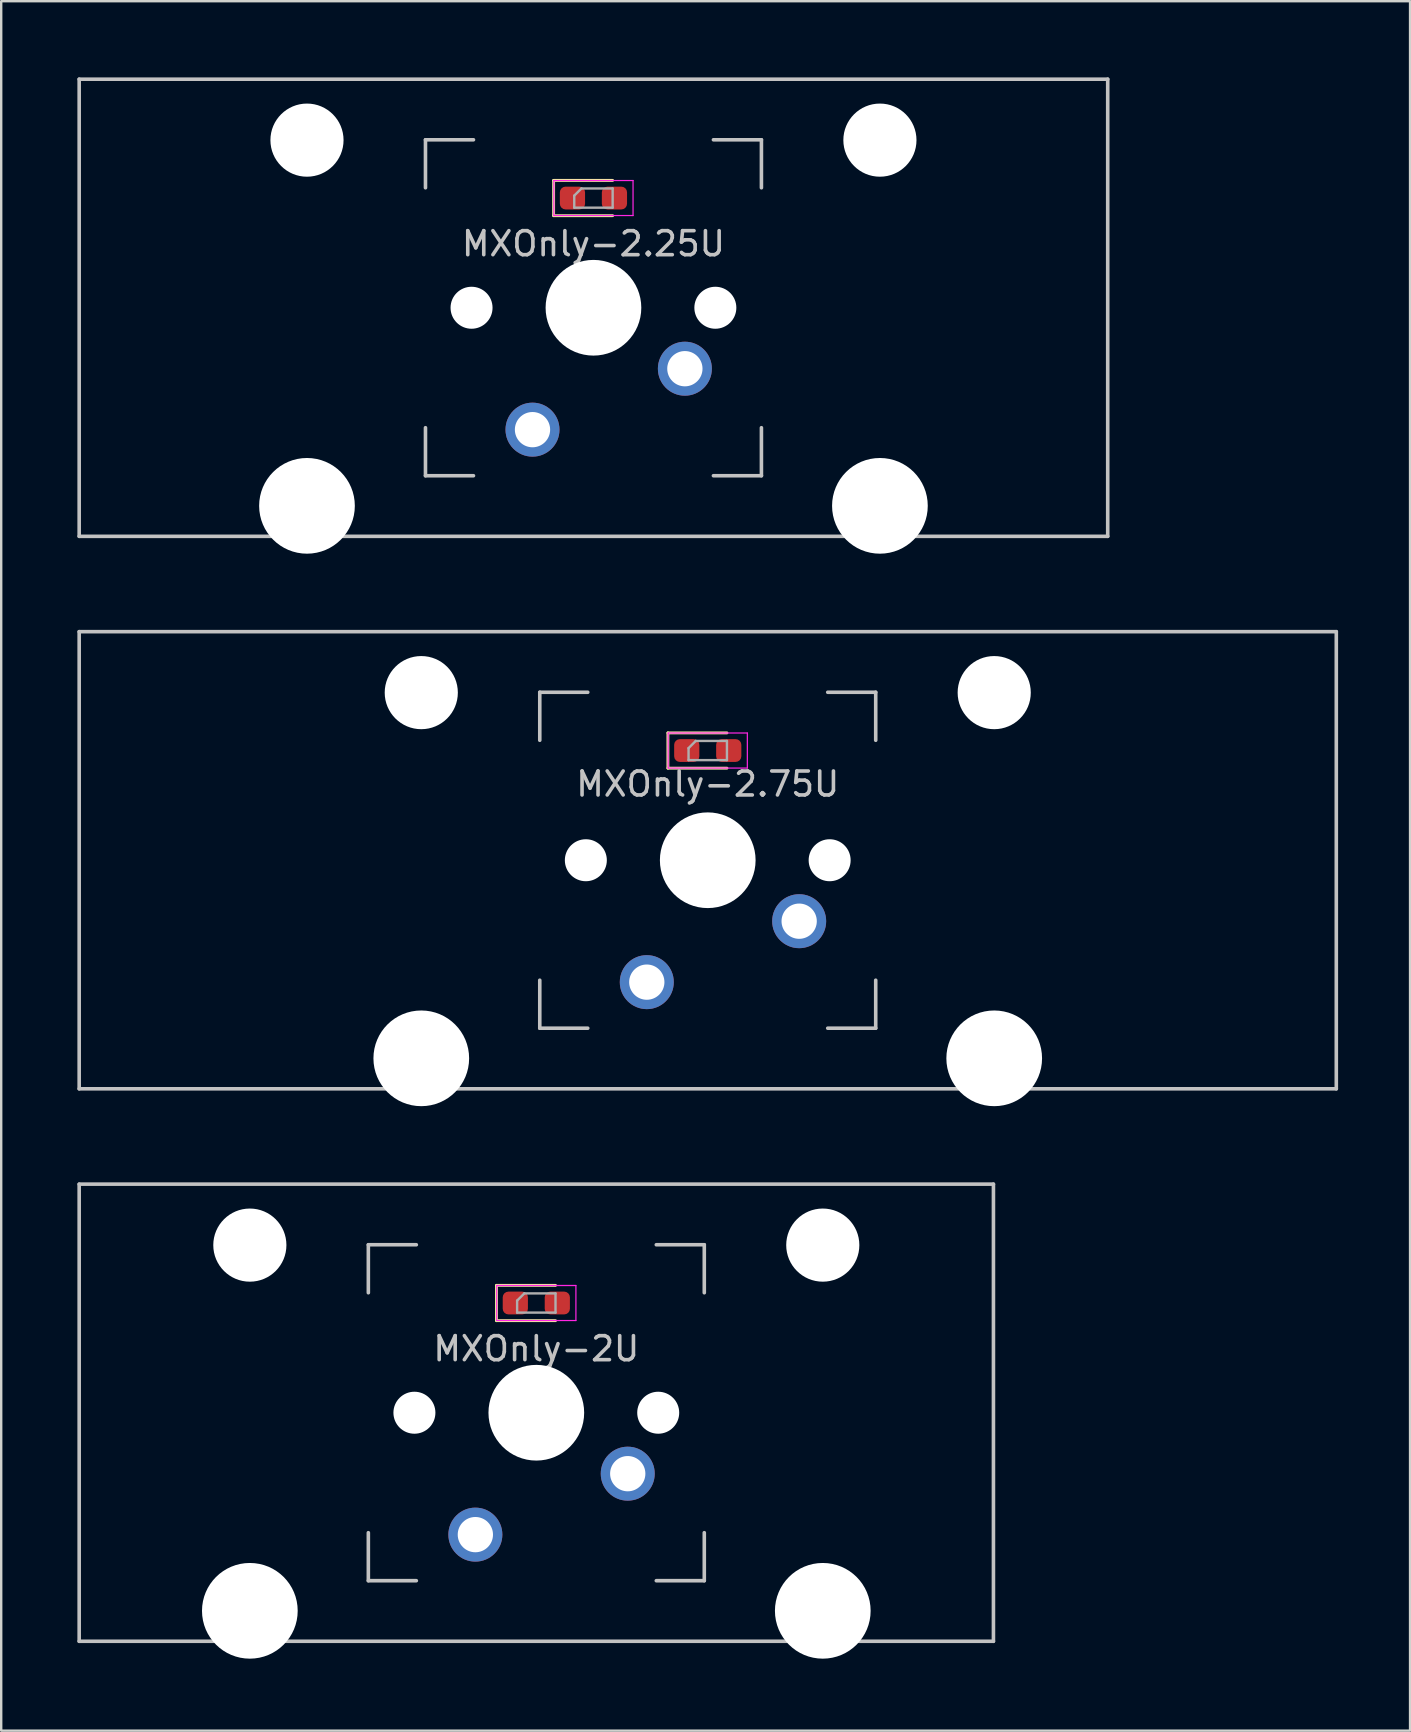
<source format=kicad_pcb>
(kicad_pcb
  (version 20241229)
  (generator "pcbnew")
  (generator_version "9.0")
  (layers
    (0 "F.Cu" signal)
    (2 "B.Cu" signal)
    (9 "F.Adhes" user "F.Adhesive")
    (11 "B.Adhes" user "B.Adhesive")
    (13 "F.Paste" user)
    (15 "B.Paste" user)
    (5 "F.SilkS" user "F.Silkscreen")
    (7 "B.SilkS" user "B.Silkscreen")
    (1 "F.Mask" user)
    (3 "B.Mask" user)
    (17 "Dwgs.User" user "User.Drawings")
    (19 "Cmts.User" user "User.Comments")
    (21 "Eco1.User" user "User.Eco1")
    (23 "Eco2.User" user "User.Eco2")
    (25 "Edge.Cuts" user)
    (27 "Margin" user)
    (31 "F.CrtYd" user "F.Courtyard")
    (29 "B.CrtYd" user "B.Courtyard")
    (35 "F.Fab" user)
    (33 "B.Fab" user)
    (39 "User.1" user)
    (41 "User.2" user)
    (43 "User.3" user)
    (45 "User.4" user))
  (footprint "MXOnly-2.25U"
    (layer "F.Cu")
    (at 0.25 0.25)
    (property "Reference" "MXOnly-2.25U" (at 21.431 6.858 180) (layer "Dwgs.User") (effects (font (size 1 1) (thickness 0.15))))
    (attr through_hole)
    (fp_line (start 19.771 4.218) (end 19.771 5.688) (stroke (width 0.12) (type solid)) (layer "F.SilkS"))
    (fp_line (start 19.771 5.688) (end 22.231 5.688) (stroke (width 0.12) (type solid)) (layer "F.SilkS"))
    (fp_line (start 22.231 4.218) (end 19.771 4.218) (stroke (width 0.12) (type solid)) (layer "F.SilkS"))
    (fp_line (start 0 0) (end 42.862 0) (stroke (width 0.15) (type solid)) (layer "Dwgs.User"))
    (fp_line (start 0 19.05) (end 0 0) (stroke (width 0.15) (type solid)) (layer "Dwgs.User"))
    (fp_line (start 0 19.05) (end 42.862 19.05) (stroke (width 0.15) (type solid)) (layer "Dwgs.User"))
    (fp_line (start 14.431 2.525) (end 14.431 4.525) (stroke (width 0.15) (type solid)) (layer "Dwgs.User"))
    (fp_line (start 14.431 16.525) (end 14.431 14.525) (stroke (width 0.15) (type solid)) (layer "Dwgs.User"))
    (fp_line (start 16.431 2.525) (end 14.431 2.525) (stroke (width 0.15) (type solid)) (layer "Dwgs.User"))
    (fp_line (start 16.431 16.525) (end 14.431 16.525) (stroke (width 0.15) (type solid)) (layer "Dwgs.User"))
    (fp_line (start 26.431 16.525) (end 28.431 16.525) (stroke (width 0.15) (type solid)) (layer "Dwgs.User"))
    (fp_line (start 28.431 2.525) (end 26.431 2.525) (stroke (width 0.15) (type solid)) (layer "Dwgs.User"))
    (fp_line (start 28.431 4.525) (end 28.431 2.525) (stroke (width 0.15) (type solid)) (layer "Dwgs.User"))
    (fp_line (start 28.431 16.525) (end 28.431 14.525) (stroke (width 0.15) (type solid)) (layer "Dwgs.User"))
    (fp_line (start 42.862 0) (end 42.862 19.05) (stroke (width 0.15) (type solid)) (layer "Dwgs.User"))
    (fp_line (start 19.781 4.223) (end 23.081 4.223) (stroke (width 0.05) (type solid)) (layer "F.CrtYd"))
    (fp_line (start 19.781 5.683) (end 19.781 4.223) (stroke (width 0.05) (type solid)) (layer "F.CrtYd"))
    (fp_line (start 23.081 4.223) (end 23.081 5.683) (stroke (width 0.05) (type solid)) (layer "F.CrtYd"))
    (fp_line (start 23.081 5.683) (end 19.781 5.683) (stroke (width 0.05) (type solid)) (layer "F.CrtYd"))
    (fp_line (start 20.631 4.853) (end 20.631 5.353) (stroke (width 0.1) (type solid)) (layer "F.Fab"))
    (fp_line (start 20.631 5.353) (end 22.231 5.353) (stroke (width 0.1) (type solid)) (layer "F.Fab"))
    (fp_line (start 20.931 4.553) (end 20.631 4.853) (stroke (width 0.1) (type solid)) (layer "F.Fab"))
    (fp_line (start 22.231 4.553) (end 20.931 4.553) (stroke (width 0.1) (type solid)) (layer "F.Fab"))
    (fp_line (start 22.231 5.353) (end 22.231 4.553) (stroke (width 0.1) (type solid)) (layer "F.Fab"))
    (pad "" np_thru_hole circle (at 9.493 2.54) (size 3.048 3.048) (drill 3.048) (layers "*.Cu" "*.Mask"))
    (pad "" np_thru_hole circle (at 9.493 17.78) (size 3.988 3.988) (drill 3.988) (layers "*.Cu" "*.Mask"))
    (pad "" np_thru_hole circle (at 16.351 9.525 228.1) (size 1.75 1.75) (drill 1.75) (layers "*.Cu" "*.Mask"))
    (pad "" np_thru_hole circle (at 21.431 9.525 180) (size 3.988 3.988) (drill 3.988) (layers "*.Cu" "*.Mask"))
    (pad "" np_thru_hole circle (at 26.511 9.525 228.1) (size 1.75 1.75) (drill 1.75) (layers "*.Cu" "*.Mask"))
    (pad "" np_thru_hole circle (at 33.369 2.54 270) (size 3.048 3.048) (drill 3.048) (layers "*.Cu" "*.Mask"))
    (pad "" np_thru_hole circle (at 33.369 17.78) (size 3.988 3.988) (drill 3.988) (layers "*.Cu" "*.Mask"))
    (pad "1" thru_hole circle (at 25.241 12.065 180) (size 2.25 2.25) (drill 1.47) (layers "*.Cu" "B.Mask"))
    (pad "2" thru_hole circle (at 18.891 14.605 180) (size 2.25 2.25) (drill 1.47) (layers "*.Cu" "B.Mask"))
    (pad "3" smd roundrect (at 22.306 4.953) (size 1.05 0.95) (layers "F.Cu" "F.Mask" "F.Paste") (roundrect_rratio 0.25))
    (pad "4" smd roundrect (at 20.556 4.953) (size 1.05 0.95) (layers "F.Cu" "F.Mask" "F.Paste") (roundrect_rratio 0.25)))
  (footprint "MXOnly-2.75U"
    (layer "F.Cu")
    (at 0.25 23.274)
    (property "Reference" "MXOnly-2.75U" (at 26.194 6.35 180) (layer "Dwgs.User") (effects (font (size 1 1) (thickness 0.15))))
    (attr through_hole)
    (fp_line (start 24.534 4.218) (end 24.534 5.688) (stroke (width 0.12) (type solid)) (layer "F.SilkS"))
    (fp_line (start 24.534 5.688) (end 26.994 5.688) (stroke (width 0.12) (type solid)) (layer "F.SilkS"))
    (fp_line (start 26.994 4.218) (end 24.534 4.218) (stroke (width 0.12) (type solid)) (layer "F.SilkS"))
    (fp_line (start 0 0) (end 52.388 0) (stroke (width 0.15) (type solid)) (layer "Dwgs.User"))
    (fp_line (start 0 19.05) (end 0 0) (stroke (width 0.15) (type solid)) (layer "Dwgs.User"))
    (fp_line (start 0 19.05) (end 52.388 19.05) (stroke (width 0.15) (type solid)) (layer "Dwgs.User"))
    (fp_line (start 19.194 2.525) (end 19.194 4.525) (stroke (width 0.15) (type solid)) (layer "Dwgs.User"))
    (fp_line (start 19.194 16.525) (end 19.194 14.525) (stroke (width 0.15) (type solid)) (layer "Dwgs.User"))
    (fp_line (start 21.194 2.525) (end 19.194 2.525) (stroke (width 0.15) (type solid)) (layer "Dwgs.User"))
    (fp_line (start 21.194 16.525) (end 19.194 16.525) (stroke (width 0.15) (type solid)) (layer "Dwgs.User"))
    (fp_line (start 31.194 16.525) (end 33.194 16.525) (stroke (width 0.15) (type solid)) (layer "Dwgs.User"))
    (fp_line (start 33.194 2.525) (end 31.194 2.525) (stroke (width 0.15) (type solid)) (layer "Dwgs.User"))
    (fp_line (start 33.194 4.525) (end 33.194 2.525) (stroke (width 0.15) (type solid)) (layer "Dwgs.User"))
    (fp_line (start 33.194 16.525) (end 33.194 14.525) (stroke (width 0.15) (type solid)) (layer "Dwgs.User"))
    (fp_line (start 52.388 0) (end 52.388 19.05) (stroke (width 0.15) (type solid)) (layer "Dwgs.User"))
    (fp_line (start 24.544 4.223) (end 27.844 4.223) (stroke (width 0.05) (type solid)) (layer "F.CrtYd"))
    (fp_line (start 24.544 5.683) (end 24.544 4.223) (stroke (width 0.05) (type solid)) (layer "F.CrtYd"))
    (fp_line (start 27.844 4.223) (end 27.844 5.683) (stroke (width 0.05) (type solid)) (layer "F.CrtYd"))
    (fp_line (start 27.844 5.683) (end 24.544 5.683) (stroke (width 0.05) (type solid)) (layer "F.CrtYd"))
    (fp_line (start 25.394 4.853) (end 25.394 5.353) (stroke (width 0.1) (type solid)) (layer "F.Fab"))
    (fp_line (start 25.394 5.353) (end 26.994 5.353) (stroke (width 0.1) (type solid)) (layer "F.Fab"))
    (fp_line (start 25.694 4.553) (end 25.394 4.853) (stroke (width 0.1) (type solid)) (layer "F.Fab"))
    (fp_line (start 26.994 4.553) (end 25.694 4.553) (stroke (width 0.1) (type solid)) (layer "F.Fab"))
    (fp_line (start 26.994 5.353) (end 26.994 4.553) (stroke (width 0.1) (type solid)) (layer "F.Fab"))
    (pad "" np_thru_hole circle (at 14.256 2.54) (size 3.048 3.048) (drill 3.048) (layers "*.Cu" "*.Mask"))
    (pad "" np_thru_hole circle (at 14.256 17.78) (size 3.988 3.988) (drill 3.988) (layers "*.Cu" "*.Mask"))
    (pad "" np_thru_hole circle (at 21.114 9.525 228.1) (size 1.75 1.75) (drill 1.75) (layers "*.Cu" "*.Mask"))
    (pad "" np_thru_hole circle (at 26.194 9.525 180) (size 3.988 3.988) (drill 3.988) (layers "*.Cu" "*.Mask"))
    (pad "" np_thru_hole circle (at 31.274 9.525 228.1) (size 1.75 1.75) (drill 1.75) (layers "*.Cu" "*.Mask"))
    (pad "" np_thru_hole circle (at 38.132 2.54) (size 3.048 3.048) (drill 3.048) (layers "*.Cu" "*.Mask"))
    (pad "" np_thru_hole circle (at 38.132 17.78) (size 3.988 3.988) (drill 3.988) (layers "*.Cu" "*.Mask"))
    (pad "1" thru_hole circle (at 30.004 12.065 180) (size 2.25 2.25) (drill 1.47) (layers "*.Cu" "B.Mask"))
    (pad "2" thru_hole circle (at 23.654 14.605 180) (size 2.25 2.25) (drill 1.47) (layers "*.Cu" "B.Mask"))
    (pad "3" smd roundrect (at 27.069 4.953) (size 1.05 0.95) (layers "F.Cu" "F.Mask" "F.Paste") (roundrect_rratio 0.25))
    (pad "4" smd roundrect (at 25.319 4.953) (size 1.05 0.95) (layers "F.Cu" "F.Mask" "F.Paste") (roundrect_rratio 0.25)))
  (footprint "MXOnly-2U"
    (layer "F.Cu")
    (at 0.25 46.298)
    (property "Reference" "MXOnly-2U" (at 19.05 6.858 180) (layer "Dwgs.User") (effects (font (size 1 1) (thickness 0.15))))
    (attr through_hole)
    (fp_line (start 17.39 4.218) (end 17.39 5.688) (stroke (width 0.12) (type solid)) (layer "F.SilkS"))
    (fp_line (start 17.39 5.688) (end 19.85 5.688) (stroke (width 0.12) (type solid)) (layer "F.SilkS"))
    (fp_line (start 19.85 4.218) (end 17.39 4.218) (stroke (width 0.12) (type solid)) (layer "F.SilkS"))
    (fp_line (start 0 0) (end 38.1 0) (stroke (width 0.15) (type solid)) (layer "Dwgs.User"))
    (fp_line (start 0 19.05) (end 0 0) (stroke (width 0.15) (type solid)) (layer "Dwgs.User"))
    (fp_line (start 0 19.05) (end 38.1 19.05) (stroke (width 0.15) (type solid)) (layer "Dwgs.User"))
    (fp_line (start 12.05 2.525) (end 12.05 4.525) (stroke (width 0.15) (type solid)) (layer "Dwgs.User"))
    (fp_line (start 12.05 16.525) (end 12.05 14.525) (stroke (width 0.15) (type solid)) (layer "Dwgs.User"))
    (fp_line (start 14.05 2.525) (end 12.05 2.525) (stroke (width 0.15) (type solid)) (layer "Dwgs.User"))
    (fp_line (start 14.05 16.525) (end 12.05 16.525) (stroke (width 0.15) (type solid)) (layer "Dwgs.User"))
    (fp_line (start 24.05 16.525) (end 26.05 16.525) (stroke (width 0.15) (type solid)) (layer "Dwgs.User"))
    (fp_line (start 26.05 2.525) (end 24.05 2.525) (stroke (width 0.15) (type solid)) (layer "Dwgs.User"))
    (fp_line (start 26.05 4.525) (end 26.05 2.525) (stroke (width 0.15) (type solid)) (layer "Dwgs.User"))
    (fp_line (start 26.05 16.525) (end 26.05 14.525) (stroke (width 0.15) (type solid)) (layer "Dwgs.User"))
    (fp_line (start 38.1 0) (end 38.1 19.05) (stroke (width 0.15) (type solid)) (layer "Dwgs.User"))
    (fp_line (start 17.4 4.223) (end 20.7 4.223) (stroke (width 0.05) (type solid)) (layer "F.CrtYd"))
    (fp_line (start 17.4 5.683) (end 17.4 4.223) (stroke (width 0.05) (type solid)) (layer "F.CrtYd"))
    (fp_line (start 20.7 4.223) (end 20.7 5.683) (stroke (width 0.05) (type solid)) (layer "F.CrtYd"))
    (fp_line (start 20.7 5.683) (end 17.4 5.683) (stroke (width 0.05) (type solid)) (layer "F.CrtYd"))
    (fp_line (start 18.25 4.853) (end 18.25 5.353) (stroke (width 0.1) (type solid)) (layer "F.Fab"))
    (fp_line (start 18.25 5.353) (end 19.85 5.353) (stroke (width 0.1) (type solid)) (layer "F.Fab"))
    (fp_line (start 18.55 4.553) (end 18.25 4.853) (stroke (width 0.1) (type solid)) (layer "F.Fab"))
    (fp_line (start 19.85 4.553) (end 18.55 4.553) (stroke (width 0.1) (type solid)) (layer "F.Fab"))
    (fp_line (start 19.85 5.353) (end 19.85 4.553) (stroke (width 0.1) (type solid)) (layer "F.Fab"))
    (pad "" np_thru_hole circle (at 7.112 2.54) (size 3.048 3.048) (drill 3.048) (layers "*.Cu" "*.Mask"))
    (pad "" np_thru_hole circle (at 7.112 17.78) (size 3.988 3.988) (drill 3.988) (layers "*.Cu" "*.Mask"))
    (pad "" np_thru_hole circle (at 13.97 9.525 228.1) (size 1.75 1.75) (drill 1.75) (layers "*.Cu" "*.Mask"))
    (pad "" np_thru_hole circle (at 19.05 9.525 180) (size 3.988 3.988) (drill 3.988) (layers "*.Cu" "*.Mask"))
    (pad "" np_thru_hole circle (at 24.13 9.525 228.1) (size 1.75 1.75) (drill 1.75) (layers "*.Cu" "*.Mask"))
    (pad "" np_thru_hole circle (at 30.988 2.54) (size 3.048 3.048) (drill 3.048) (layers "*.Cu" "*.Mask"))
    (pad "" np_thru_hole circle (at 30.988 17.78) (size 3.988 3.988) (drill 3.988) (layers "*.Cu" "*.Mask"))
    (pad "1" thru_hole circle (at 22.86 12.065 180) (size 2.25 2.25) (drill 1.47) (layers "*.Cu" "B.Mask"))
    (pad "2" thru_hole circle (at 16.51 14.605 180) (size 2.25 2.25) (drill 1.47) (layers "*.Cu" "B.Mask"))
    (pad "3" smd roundrect (at 19.925 4.953) (size 1.05 0.95) (layers "F.Cu" "F.Mask" "F.Paste") (roundrect_rratio 0.25))
    (pad "4" smd roundrect (at 18.175 4.953) (size 1.05 0.95) (layers "F.Cu" "F.Mask" "F.Paste") (roundrect_rratio 0.25)))
  (gr_rect
    (start -3 -3)
    (end 55.712 69.072)
    (stroke (width 0.1) (type default))
    (fill no)
    (layer "Edge.Cuts")))
</source>
